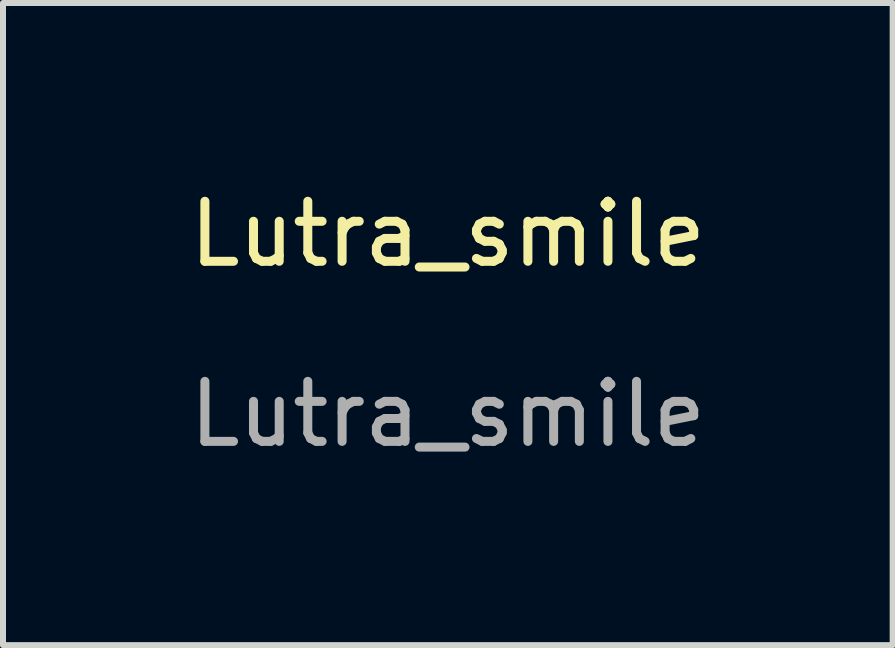
<source format=kicad_pcb>
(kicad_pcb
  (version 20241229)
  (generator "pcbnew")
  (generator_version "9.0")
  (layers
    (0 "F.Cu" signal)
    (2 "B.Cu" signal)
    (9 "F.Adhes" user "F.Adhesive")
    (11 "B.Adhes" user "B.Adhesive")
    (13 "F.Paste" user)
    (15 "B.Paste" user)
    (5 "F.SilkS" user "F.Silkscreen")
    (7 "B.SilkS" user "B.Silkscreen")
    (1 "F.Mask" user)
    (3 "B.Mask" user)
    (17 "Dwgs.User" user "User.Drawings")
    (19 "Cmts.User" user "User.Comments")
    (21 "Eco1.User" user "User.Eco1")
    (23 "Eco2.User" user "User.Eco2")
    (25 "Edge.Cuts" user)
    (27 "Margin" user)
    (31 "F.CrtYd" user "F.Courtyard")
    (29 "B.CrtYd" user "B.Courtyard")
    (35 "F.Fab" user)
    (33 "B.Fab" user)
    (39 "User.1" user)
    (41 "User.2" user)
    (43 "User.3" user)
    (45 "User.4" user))
  (footprint "Lutra_smile"
    (layer "F.Cu")
    (at 4.411 1.348)
    (property "Reference" "Lutra_smile" (at 0 -0.5 0) (unlocked yes) (layer "F.SilkS") (effects (font (size 1 1) (thickness 0.15))))
    (attr smd)
    (fp_text user "${REFERENCE}" (at 0 2.5 0) (unlocked yes) (layer "F.Fab") (effects (font (size 1 1) (thickness 0.15)))))
  (gr_rect
    (start -3 -3)
    (end 11.821 7.697)
    (stroke (width 0.1) (type default))
    (fill no)
    (layer "Edge.Cuts")))
</source>
